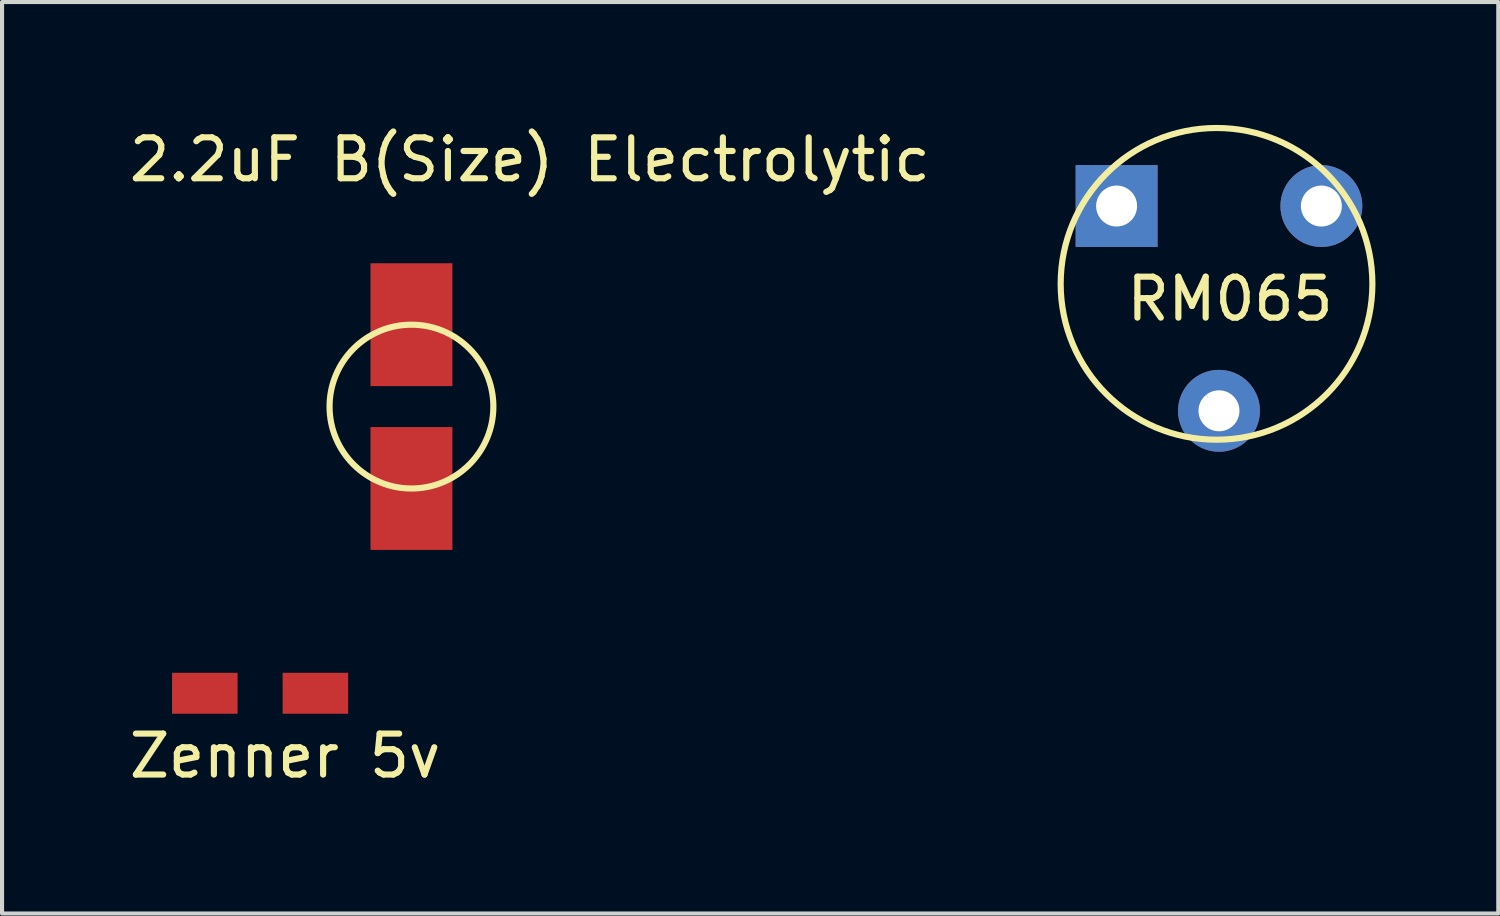
<source format=kicad_pcb>
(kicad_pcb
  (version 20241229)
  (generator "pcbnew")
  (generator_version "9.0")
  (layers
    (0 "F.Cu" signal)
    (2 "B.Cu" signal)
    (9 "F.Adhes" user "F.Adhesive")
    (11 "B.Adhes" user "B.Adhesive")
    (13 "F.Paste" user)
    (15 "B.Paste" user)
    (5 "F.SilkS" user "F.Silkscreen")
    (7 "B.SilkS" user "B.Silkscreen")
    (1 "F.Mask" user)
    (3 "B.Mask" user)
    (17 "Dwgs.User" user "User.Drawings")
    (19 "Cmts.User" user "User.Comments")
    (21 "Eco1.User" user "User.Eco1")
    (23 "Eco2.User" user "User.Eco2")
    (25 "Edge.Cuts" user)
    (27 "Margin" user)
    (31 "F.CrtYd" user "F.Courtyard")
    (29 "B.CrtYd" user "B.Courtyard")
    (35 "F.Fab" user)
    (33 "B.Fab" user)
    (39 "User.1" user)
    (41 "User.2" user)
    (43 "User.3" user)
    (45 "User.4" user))
  (footprint "RM065"
    (layer "F.Cu")
    (at 24.215 1.981)
    (property "Reference" "RM065" (at 2.77 2.27 0) (layer "F.SilkS") (effects (font (size 1 1) (thickness 0.15))))
    (attr through_hole)
    (fp_circle (center 2.44 1.9) (end 0.75 5.31) (stroke (width 0.15) (type solid)) (fill no) (layer "F.SilkS"))
    (pad "1" thru_hole rect (at 0 0) (size 2 2) (drill 1) (layers "*.Cu" "*.Mask"))
    (pad "2" thru_hole circle (at 2.5 5) (size 2 2) (drill 1) (layers "*.Cu" "*.Mask"))
    (pad "3" thru_hole circle (at 5 0) (size 2 2) (drill 1) (layers "*.Cu" "*.Mask")))
  (footprint "Zenner 5v"
    (layer "F.Cu")
    (at 2.451 13.878)
    (property "Reference" "Zenner 5v" (at 1.46 1.53 0) (layer "F.SilkS") (effects (font (size 1 1) (thickness 0.15))))
    (attr through_hole)
    (pad "1" smd rect (at 0 0) (size 1.6 1) (drill (offset -0.5 0)) (layers "F.Cu" "F.Mask" "F.Paste"))
    (pad "2" smd rect (at 1.7 0) (size 1.6 1) (drill (offset 0.5 0)) (layers "F.Cu" "F.Mask" "F.Paste")))
  (footprint "2.2uF B(Size) Electrolytic"
    (layer "F.Cu")
    (at 6.997 8.878)
    (property "Reference" "2.2uF B(Size) Electrolytic" (at 2.89 -8.03 0) (layer "F.SilkS") (effects (font (size 1 1) (thickness 0.15))))
    (attr through_hole)
    (fp_circle (center 0 -2) (end 2 -2) (stroke (width 0.15) (type solid)) (fill no) (layer "F.SilkS"))
    (pad "1" smd rect (at 0 0) (size 2 3) (layers "F.Cu" "F.Mask" "F.Paste"))
    (pad "2" smd rect (at 0 -4) (size 2 3) (layers "F.Cu" "F.Mask" "F.Paste")))
  (gr_rect
    (start -3 -3)
    (end 33.535 19.256)
    (stroke (width 0.1) (type default))
    (fill no)
    (layer "Edge.Cuts")))
</source>
